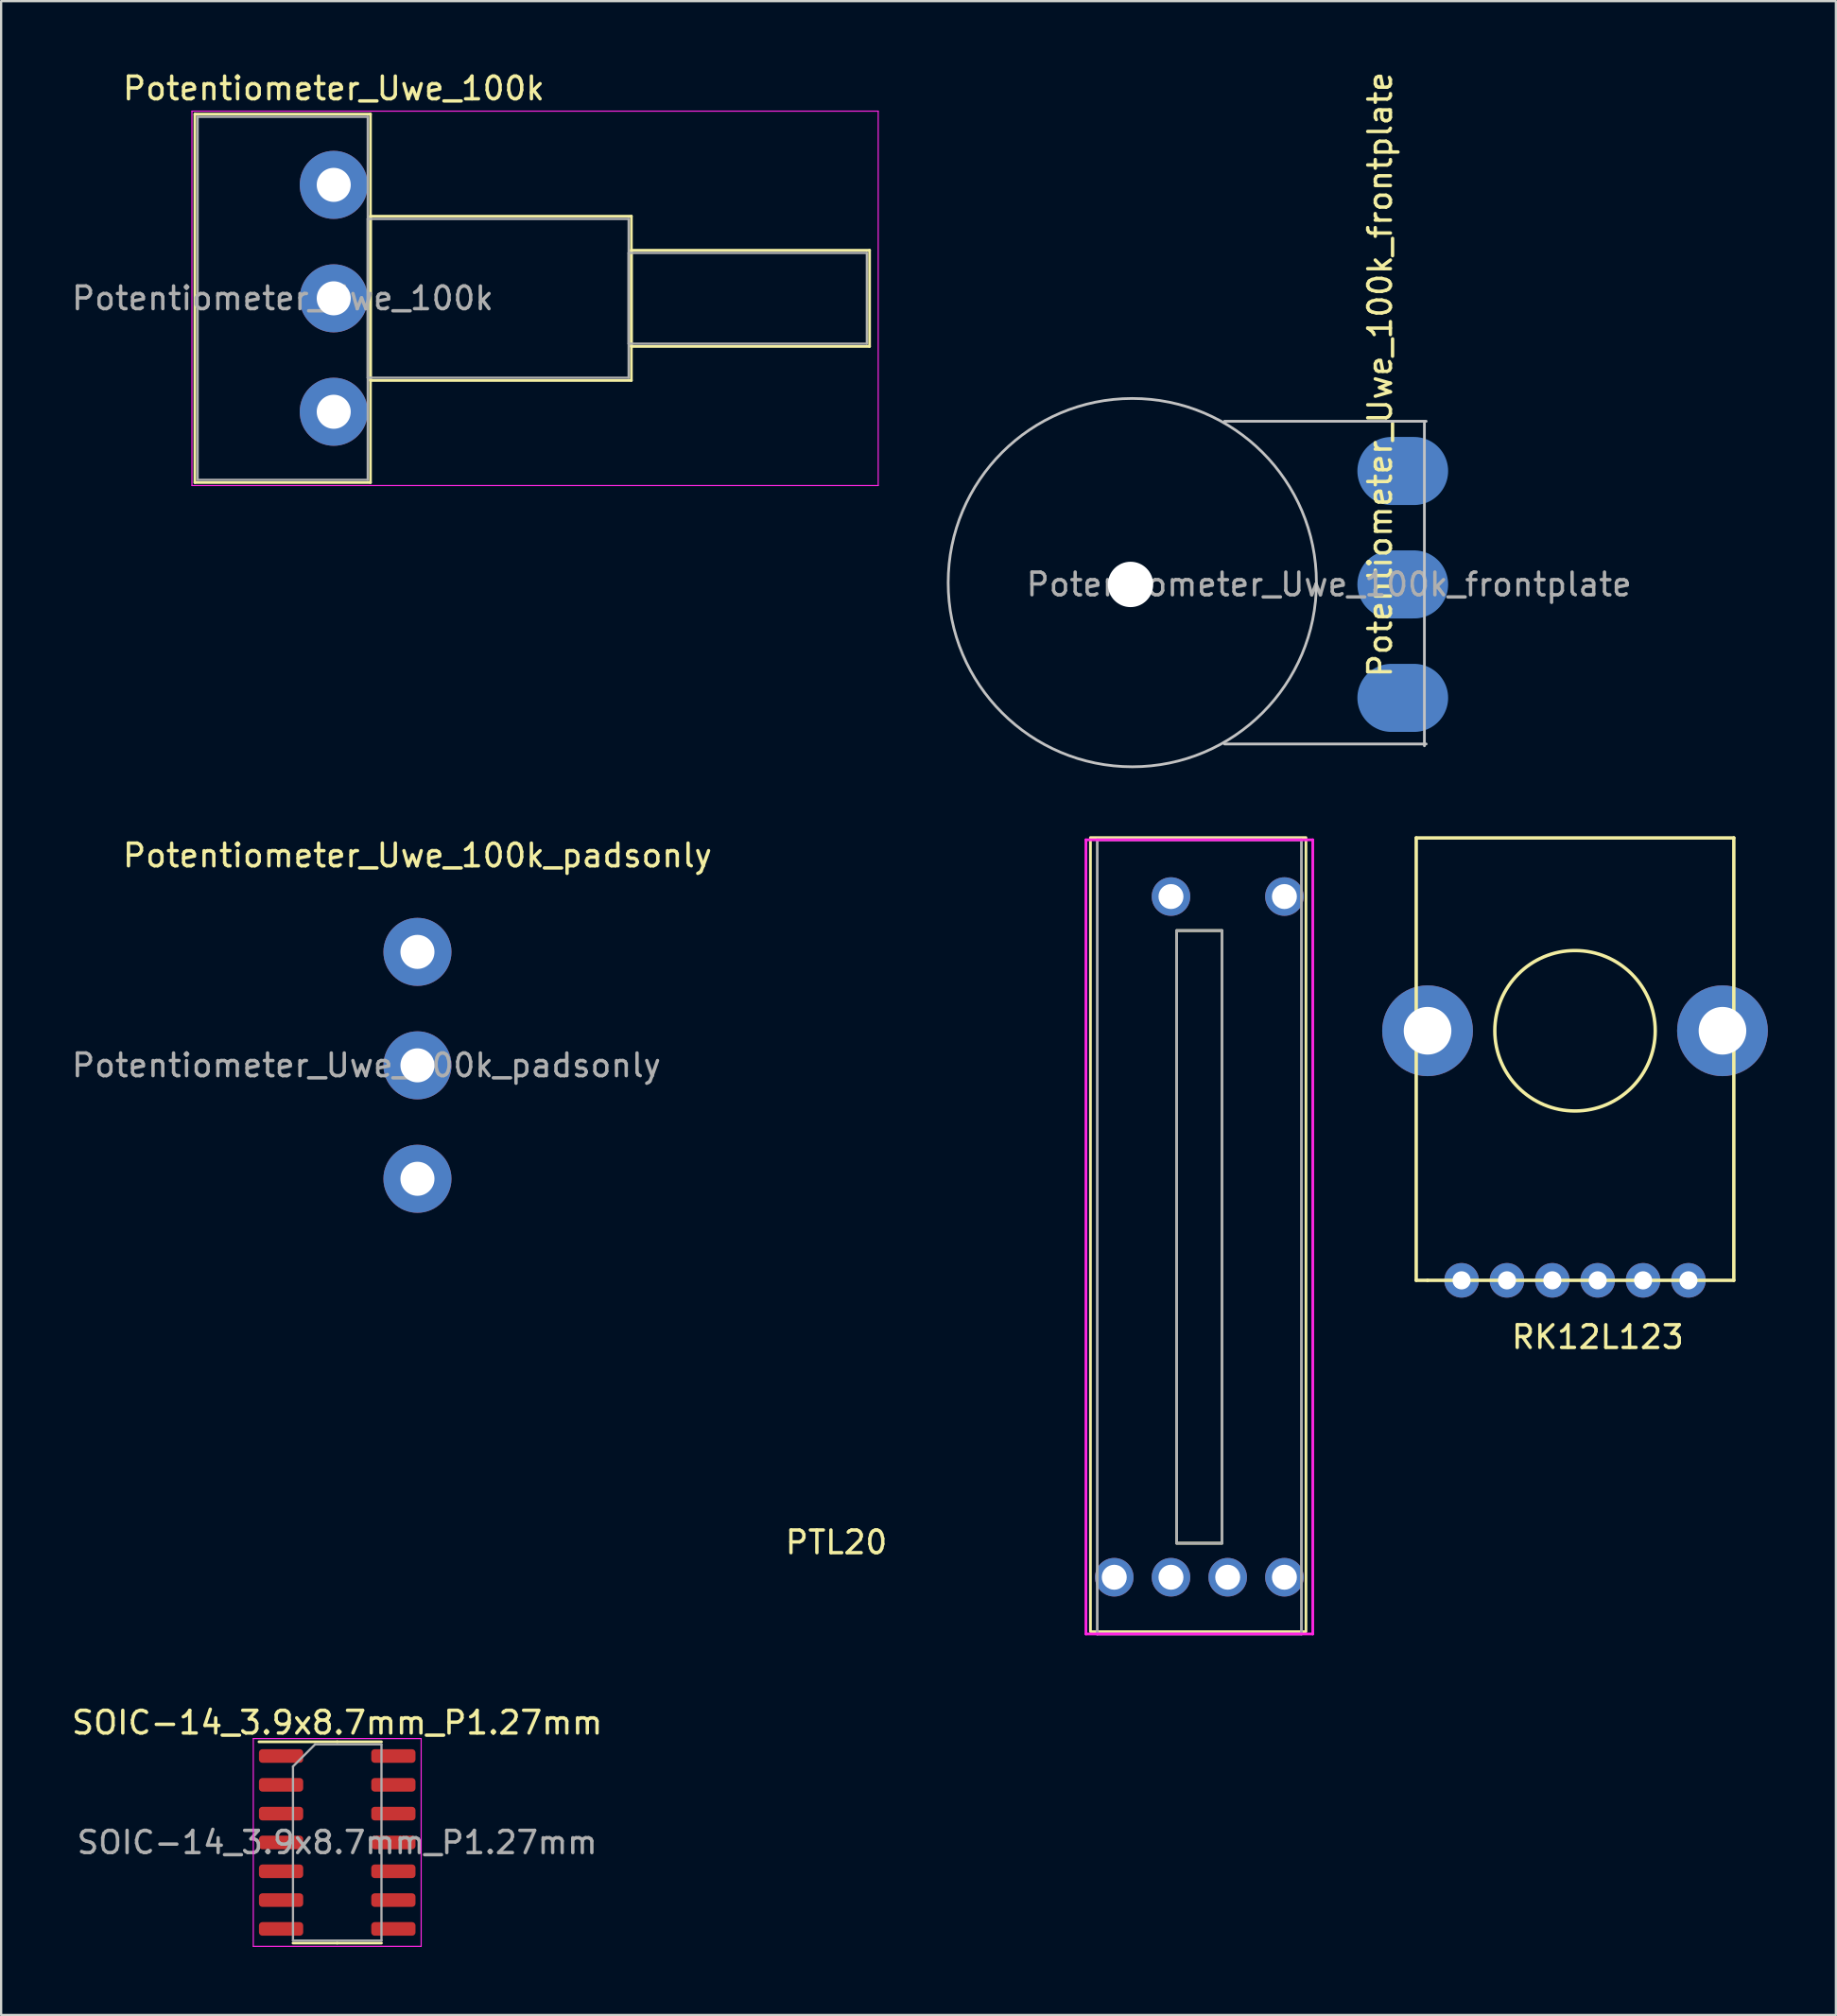
<source format=kicad_pcb>
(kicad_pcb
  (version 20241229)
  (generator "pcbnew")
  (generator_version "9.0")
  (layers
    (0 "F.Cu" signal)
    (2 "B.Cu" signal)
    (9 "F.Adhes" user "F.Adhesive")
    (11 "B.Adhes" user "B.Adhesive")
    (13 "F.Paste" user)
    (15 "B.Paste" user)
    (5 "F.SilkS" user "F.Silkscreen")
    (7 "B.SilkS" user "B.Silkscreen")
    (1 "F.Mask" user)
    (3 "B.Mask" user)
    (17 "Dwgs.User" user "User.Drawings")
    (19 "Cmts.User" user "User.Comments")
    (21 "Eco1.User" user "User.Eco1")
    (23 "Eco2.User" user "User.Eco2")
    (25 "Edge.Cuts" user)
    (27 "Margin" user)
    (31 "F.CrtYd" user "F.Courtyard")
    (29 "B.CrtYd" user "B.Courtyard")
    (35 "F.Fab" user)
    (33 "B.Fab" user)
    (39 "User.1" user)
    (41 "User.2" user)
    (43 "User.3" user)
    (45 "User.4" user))
  (footprint "PTL20"
    (layer "F.Cu")
    (at 49.817 51.464)
    (property "Reference" "PTL20" (at -16.002 13.462 0) (layer "F.SilkS") (effects (font (size 1 1) (thickness 0.15))))
    (attr through_hole)
    (fp_rect (start -4.8 -17.6) (end 4.7 17.4) (stroke (width 0.12) (type default)) (fill no) (layer "F.SilkS"))
    (fp_rect (start -1 -13.5) (end 1 13.5) (stroke (width 0.12) (type default)) (fill no) (layer "F.SilkS"))
    (fp_line (start -5 -17.5) (end 5 -17.5) (stroke (width 0.12) (type solid)) (layer "F.CrtYd"))
    (fp_line (start -5 17.5) (end -5 -17.5) (stroke (width 0.12) (type solid)) (layer "F.CrtYd"))
    (fp_line (start 5 -17.5) (end 5 17.5) (stroke (width 0.12) (type solid)) (layer "F.CrtYd"))
    (fp_line (start 5 17.5) (end -5 17.5) (stroke (width 0.12) (type solid)) (layer "F.CrtYd"))
    (fp_line (start -4.5 -17.5) (end -4.5 17.5) (stroke (width 0.12) (type solid)) (layer "F.Fab"))
    (fp_line (start -4.5 17.5) (end 4.5 17.5) (stroke (width 0.12) (type solid)) (layer "F.Fab"))
    (fp_line (start -1 -13.5) (end 1 -13.5) (stroke (width 0.12) (type solid)) (layer "F.Fab"))
    (fp_line (start -1 13.5) (end -1 -13.5) (stroke (width 0.12) (type solid)) (layer "F.Fab"))
    (fp_line (start 1 -13.5) (end 1 13.5) (stroke (width 0.12) (type solid)) (layer "F.Fab"))
    (fp_line (start 1 13.5) (end -1 13.5) (stroke (width 0.12) (type solid)) (layer "F.Fab"))
    (fp_line (start 4.5 -17.5) (end -4.5 -17.5) (stroke (width 0.12) (type solid)) (layer "F.Fab"))
    (fp_line (start 4.5 17.5) (end 4.5 -17.5) (stroke (width 0.12) (type solid)) (layer "F.Fab"))
    (pad "1" thru_hole circle (at -1.25 15) (size 1.7 1.7) (drill 1.1) (layers "*.Cu" "*.Mask"))
    (pad "2" thru_hole circle (at -3.75 15) (size 1.7 1.7) (drill 1.1) (layers "*.Cu" "*.Mask"))
    (pad "3" thru_hole circle (at -1.25 -15) (size 1.7 1.7) (drill 1.1) (layers "*.Cu" "*.Mask"))
    (pad "4" thru_hole circle (at 3.75 15) (size 1.7 1.7) (drill 1.1) (layers "*.Cu" "*.Mask"))
    (pad "5" thru_hole circle (at 3.75 -15) (size 1.7 1.7) (drill 1.1) (layers "*.Cu" "*.Mask"))
    (pad "6" thru_hole circle (at 1.25 15) (size 1.7 1.7) (drill 1.1) (layers "*.Cu" "*.Mask")))
  (footprint "Potentiometer_Uwe_100k"
    (layer "F.Cu")
    (at 11.661 15.098)
    (property "Reference" "Potentiometer_Uwe_100k" (at 0 -14.25 0) (layer "F.SilkS") (effects (font (size 1 1) (thickness 0.15))))
    (attr through_hole)
    (fp_line (start -6.12 -13.12) (end -6.12 3.12) (stroke (width 0.12) (type solid)) (layer "F.SilkS"))
    (fp_line (start -6.12 -13.12) (end 1.62 -13.12) (stroke (width 0.12) (type solid)) (layer "F.SilkS"))
    (fp_line (start -6.12 3.12) (end 1.62 3.12) (stroke (width 0.12) (type solid)) (layer "F.SilkS"))
    (fp_line (start 1.62 -13.12) (end 1.62 3.12) (stroke (width 0.12) (type solid)) (layer "F.SilkS"))
    (fp_line (start 1.62 -8.62) (end 1.62 -1.38) (stroke (width 0.12) (type solid)) (layer "F.SilkS"))
    (fp_line (start 1.62 -8.62) (end 13.12 -8.62) (stroke (width 0.12) (type solid)) (layer "F.SilkS"))
    (fp_line (start 1.62 -1.38) (end 13.12 -1.38) (stroke (width 0.12) (type solid)) (layer "F.SilkS"))
    (fp_line (start 13.12 -8.62) (end 13.12 -1.38) (stroke (width 0.12) (type solid)) (layer "F.SilkS"))
    (fp_line (start 13.12 -7.12) (end 13.12 -2.88) (stroke (width 0.12) (type solid)) (layer "F.SilkS"))
    (fp_line (start 13.12 -7.12) (end 23.62 -7.12) (stroke (width 0.12) (type solid)) (layer "F.SilkS"))
    (fp_line (start 13.12 -2.88) (end 23.62 -2.88) (stroke (width 0.12) (type solid)) (layer "F.SilkS"))
    (fp_line (start 23.62 -7.12) (end 23.62 -2.88) (stroke (width 0.12) (type solid)) (layer "F.SilkS"))
    (fp_line (start -6.25 -13.25) (end -6.25 3.25) (stroke (width 0.05) (type solid)) (layer "F.CrtYd"))
    (fp_line (start -6.25 3.25) (end 24 3.25) (stroke (width 0.05) (type solid)) (layer "F.CrtYd"))
    (fp_line (start 24 -13.25) (end -6.25 -13.25) (stroke (width 0.05) (type solid)) (layer "F.CrtYd"))
    (fp_line (start 24 3.25) (end 24 -13.25) (stroke (width 0.05) (type solid)) (layer "F.CrtYd"))
    (fp_line (start -6 -13) (end -6 3) (stroke (width 0.1) (type solid)) (layer "F.Fab"))
    (fp_line (start -6 3) (end 1.5 3) (stroke (width 0.1) (type solid)) (layer "F.Fab"))
    (fp_line (start 1.5 -13) (end -6 -13) (stroke (width 0.1) (type solid)) (layer "F.Fab"))
    (fp_line (start 1.5 -8.5) (end 1.5 -1.5) (stroke (width 0.1) (type solid)) (layer "F.Fab"))
    (fp_line (start 1.5 -1.5) (end 13 -1.5) (stroke (width 0.1) (type solid)) (layer "F.Fab"))
    (fp_line (start 1.5 3) (end 1.5 -13) (stroke (width 0.1) (type solid)) (layer "F.Fab"))
    (fp_line (start 13 -8.5) (end 1.5 -8.5) (stroke (width 0.1) (type solid)) (layer "F.Fab"))
    (fp_line (start 13 -7) (end 13 -3) (stroke (width 0.1) (type solid)) (layer "F.Fab"))
    (fp_line (start 13 -3) (end 23.5 -3) (stroke (width 0.1) (type solid)) (layer "F.Fab"))
    (fp_line (start 13 -1.5) (end 13 -8.5) (stroke (width 0.1) (type solid)) (layer "F.Fab"))
    (fp_line (start 23.5 -7) (end 13 -7) (stroke (width 0.1) (type solid)) (layer "F.Fab"))
    (fp_line (start 23.5 -3) (end 23.5 -7) (stroke (width 0.1) (type solid)) (layer "F.Fab"))
    (fp_text user "${REFERENCE}" (at -2.25 -5 0) (layer "F.Fab") (effects (font (size 1 1) (thickness 0.15))))
    (pad "1" thru_hole circle (at 0 0) (size 3 3) (drill 1.5) (layers "*.Cu" "*.Mask"))
    (pad "2" thru_hole circle (at 0 -5) (size 3 3) (drill 1.5) (layers "*.Cu" "*.Mask"))
    (pad "3" thru_hole circle (at 0 -10) (size 3 3) (drill 1.5) (layers "*.Cu" "*.Mask")))
  (footprint "Potentiometer_Uwe_100k_padsonly"
    (layer "F.Cu")
    (at 15.351 48.903)
    (property "Reference" "Potentiometer_Uwe_100k_padsonly" (at 0 -14.25 0) (layer "F.SilkS") (effects (font (size 1 1) (thickness 0.15))))
    (attr through_hole)
    (fp_text user "${REFERENCE}" (at -2.25 -5 0) (layer "F.Fab") (effects (font (size 1 1) (thickness 0.15))))
    (pad "1" thru_hole circle (at 0 0) (size 3 3) (drill 1.5) (layers "*.Cu" "*.Mask"))
    (pad "2" thru_hole circle (at 0 -5) (size 3 3) (drill 1.5) (layers "*.Cu" "*.Mask"))
    (pad "3" thru_hole circle (at 0 -10) (size 3 3) (drill 1.5) (layers "*.Cu" "*.Mask")))
  (footprint "RK12L123"
    (layer "F.Cu")
    (at 66.377 53.379)
    (property "Reference" "RK12L123" (at 1 2.5 0) (layer "F.SilkS") (effects (font (size 1 1) (thickness 0.15))))
    (attr through_hole)
    (fp_line (start -7 -19.5) (end 7 -19.5) (stroke (width 0.15) (type solid)) (layer "F.SilkS"))
    (fp_line (start -7 0) (end -7 -19.5) (stroke (width 0.15) (type solid)) (layer "F.SilkS"))
    (fp_line (start -6.5 0) (end -7 0) (stroke (width 0.15) (type solid)) (layer "F.SilkS"))
    (fp_line (start 7 -19.5) (end 7 0) (stroke (width 0.15) (type solid)) (layer "F.SilkS"))
    (fp_line (start 7 0) (end -6.5 0) (stroke (width 0.15) (type solid)) (layer "F.SilkS"))
    (fp_circle (center 0 -11) (end 3.5 -11.5) (stroke (width 0.15) (type solid)) (fill no) (layer "F.SilkS"))
    (pad "1" thru_hole circle (at -3 0) (size 1.524 1.524) (drill 0.8) (layers "*.Cu" "*.Mask"))
    (pad "2" thru_hole circle (at -5 0) (size 1.524 1.524) (drill 0.8) (layers "*.Cu" "*.Mask"))
    (pad "3" thru_hole circle (at 5 0) (size 1.524 1.524) (drill 0.8) (layers "*.Cu" "*.Mask"))
    (pad "4" thru_hole circle (at -1 0) (size 1.524 1.524) (drill 0.8) (layers "*.Cu" "*.Mask"))
    (pad "5" thru_hole circle (at 1 0) (size 1.524 1.524) (drill 0.8) (layers "*.Cu" "*.Mask"))
    (pad "6" thru_hole circle (at 3 0) (size 1.524 1.524) (drill 0.8) (layers "*.Cu" "*.Mask"))
    (pad "7" thru_hole circle (at 6.5 -11) (size 4 4) (drill 2.1) (layers "*.Cu" "*.Mask"))
    (pad "9" thru_hole circle (at -6.5 -11) (size 4 4) (drill 2.1) (layers "*.Cu" "*.Mask")))
  (footprint "Potentiometer_Uwe_100k_frontplate"
    (layer "F.Cu")
    (at 46.784 22.708)
    (property "Reference" "Potentiometer_Uwe_100k_frontplate" (at 11 -9.25 90) (layer "F.SilkS") (effects (font (size 1 1) (thickness 0.15))))
    (attr through_hole)
    (fp_line (start 12.954 -7.112) (end 12.954 7.112) (stroke (width 0.12) (type default)) (layer "Dwgs.User"))
    (fp_line (start 13.032 -7.192) (end 4.142 -7.192) (stroke (width 0.12) (type default)) (layer "Dwgs.User"))
    (fp_line (start 13.032 7.032) (end 4.142 7.032) (stroke (width 0.12) (type default)) (layer "Dwgs.User"))
    (fp_circle (center 0.078 -0.08) (end 7.698 2.714) (stroke (width 0.12) (type default)) (fill no) (layer "Dwgs.User"))
    (fp_text user "${REFERENCE}" (at 8.75 0 0) (layer "F.Fab") (effects (font (size 1 1) (thickness 0.15))))
    (pad "" np_thru_hole circle (at 0 0) (size 2 2) (drill oval 8 6.3) (layers "*.Cu" "*.Mask"))
    (pad "1" smd oval (at 12 5) (size 4 3) (layers "B.Cu" "B.Mask" "B.Paste"))
    (pad "2" smd oval (at 12 0) (size 4 3) (layers "B.Cu" "B.Mask" "B.Paste"))
    (pad "3" smd oval (at 12 -5) (size 4 3) (layers "B.Cu" "B.Mask" "B.Paste")))
  (footprint "SOIC-14_3.9x8.7mm_P1.27mm"
    (layer "F.Cu")
    (at 11.815 78.153)
    (property "Reference" "SOIC-14_3.9x8.7mm_P1.27mm" (at 0 -5.28 0) (layer "F.SilkS") (effects (font (size 1 1) (thickness 0.15))))
    (attr smd)
    (fp_line (start 0 -4.435) (end -3.45 -4.435) (stroke (width 0.12) (type solid)) (layer "F.SilkS"))
    (fp_line (start 0 -4.435) (end 1.95 -4.435) (stroke (width 0.12) (type solid)) (layer "F.SilkS"))
    (fp_line (start 0 4.435) (end -1.95 4.435) (stroke (width 0.12) (type solid)) (layer "F.SilkS"))
    (fp_line (start 0 4.435) (end 1.95 4.435) (stroke (width 0.12) (type solid)) (layer "F.SilkS"))
    (fp_line (start -3.7 -4.58) (end -3.7 4.58) (stroke (width 0.05) (type solid)) (layer "F.CrtYd"))
    (fp_line (start -3.7 4.58) (end 3.7 4.58) (stroke (width 0.05) (type solid)) (layer "F.CrtYd"))
    (fp_line (start 3.7 -4.58) (end -3.7 -4.58) (stroke (width 0.05) (type solid)) (layer "F.CrtYd"))
    (fp_line (start 3.7 4.58) (end 3.7 -4.58) (stroke (width 0.05) (type solid)) (layer "F.CrtYd"))
    (fp_line (start -1.95 -3.35) (end -0.975 -4.325) (stroke (width 0.1) (type solid)) (layer "F.Fab"))
    (fp_line (start -1.95 4.325) (end -1.95 -3.35) (stroke (width 0.1) (type solid)) (layer "F.Fab"))
    (fp_line (start -0.975 -4.325) (end 1.95 -4.325) (stroke (width 0.1) (type solid)) (layer "F.Fab"))
    (fp_line (start 1.95 -4.325) (end 1.95 4.325) (stroke (width 0.1) (type solid)) (layer "F.Fab"))
    (fp_line (start 1.95 4.325) (end -1.95 4.325) (stroke (width 0.1) (type solid)) (layer "F.Fab"))
    (fp_text user "${REFERENCE}" (at 0 0 0) (layer "F.Fab") (effects (font (size 0.98 0.98) (thickness 0.15))))
    (pad "1" smd roundrect (at -2.475 -3.81) (size 1.95 0.6) (layers "F.Cu" "F.Mask" "F.Paste") (roundrect_rratio 0.25))
    (pad "2" smd roundrect (at -2.475 -2.54) (size 1.95 0.6) (layers "F.Cu" "F.Mask" "F.Paste") (roundrect_rratio 0.25))
    (pad "3" smd roundrect (at -2.475 -1.27) (size 1.95 0.6) (layers "F.Cu" "F.Mask" "F.Paste") (roundrect_rratio 0.25))
    (pad "4" smd roundrect (at -2.475 0) (size 1.95 0.6) (layers "F.Cu" "F.Mask" "F.Paste") (roundrect_rratio 0.25))
    (pad "5" smd roundrect (at -2.475 1.27) (size 1.95 0.6) (layers "F.Cu" "F.Mask" "F.Paste") (roundrect_rratio 0.25))
    (pad "6" smd roundrect (at -2.475 2.54) (size 1.95 0.6) (layers "F.Cu" "F.Mask" "F.Paste") (roundrect_rratio 0.25))
    (pad "7" smd roundrect (at -2.475 3.81) (size 1.95 0.6) (layers "F.Cu" "F.Mask" "F.Paste") (roundrect_rratio 0.25))
    (pad "8" smd roundrect (at 2.475 3.81) (size 1.95 0.6) (layers "F.Cu" "F.Mask" "F.Paste") (roundrect_rratio 0.25))
    (pad "9" smd roundrect (at 2.475 2.54) (size 1.95 0.6) (layers "F.Cu" "F.Mask" "F.Paste") (roundrect_rratio 0.25))
    (pad "10" smd roundrect (at 2.475 1.27) (size 1.95 0.6) (layers "F.Cu" "F.Mask" "F.Paste") (roundrect_rratio 0.25))
    (pad "11" smd roundrect (at 2.475 0) (size 1.95 0.6) (layers "F.Cu" "F.Mask" "F.Paste") (roundrect_rratio 0.25))
    (pad "12" smd roundrect (at 2.475 -1.27) (size 1.95 0.6) (layers "F.Cu" "F.Mask" "F.Paste") (roundrect_rratio 0.25))
    (pad "13" smd roundrect (at 2.475 -2.54) (size 1.95 0.6) (layers "F.Cu" "F.Mask" "F.Paste") (roundrect_rratio 0.25))
    (pad "14" smd roundrect (at 2.475 -3.81) (size 1.95 0.6) (layers "F.Cu" "F.Mask" "F.Paste") (roundrect_rratio 0.25)))
  (gr_rect
    (start -3 -3)
    (end 77.877 85.758)
    (stroke (width 0.1) (type default))
    (fill no)
    (layer "Edge.Cuts")))
</source>
